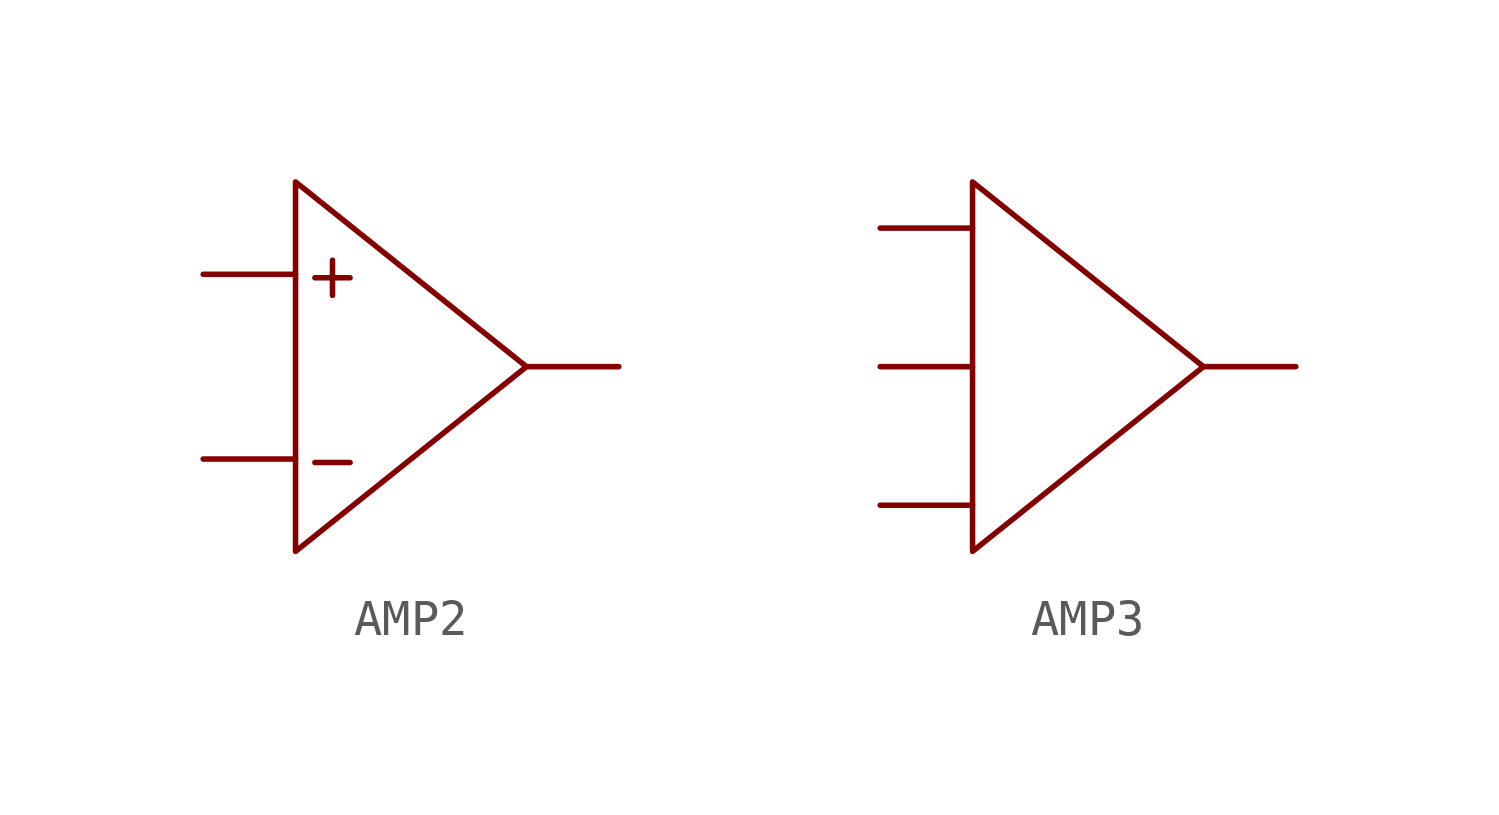
<source format=kicad_sym>
(kicad_symbol_lib
  (version 20241209)
  (generator "kicad_symbol_editor")
  (generator_version "9.0")
  (symbol "AMP2"
    (pin_numbers
      (hide yes))
    (pin_names
      (hide yes))
    (property "Reference" "U"
      (at 0 0 0)
      (effects (font (size 1.27 1.27)) (hide yes)))
    (symbol "AMP2_1_1"
      (polyline (pts (xy -2.54 5.08) (xy -2.54 -5.08) (xy 3.81 0) (xy -2.54 5.08)) (stroke (width 0) (type default)) (fill (type none)))
      (text "+" (at -1.524 2.54 0) (effects (font (size 1.27 1.27))))
      (text "-" (at -1.524 -2.54 0) (effects (font (size 1.27 1.27))))
      (pin input line (at -5.08 2.54 0) (length 2.54) (name "1" (effects (font (size 1.27 1.27)))) (number "1" (effects (font (size 1.27 1.27)))))
      (pin input line (at -5.08 -2.54 0) (length 2.54) (name "2" (effects (font (size 1.27 1.27)))) (number "2" (effects (font (size 1.27 1.27)))))
      (pin input line (at 6.35 0 180) (length 2.54) (name "4" (effects (font (size 1.27 1.27)))) (number "4" (effects (font (size 1.27 1.27)))))))
  (symbol "AMP3"
    (pin_numbers
      (hide yes))
    (pin_names
      (hide yes))
    (property "Reference" "U"
      (at 0 0 0)
      (effects (font (size 1.27 1.27)) (hide yes)))
    (property "ki_locked" ""
      (at 0 0 0)
      (effects (font (size 1.27 1.27))))
    (symbol "AMP3_1_1"
      (polyline (pts (xy -1.27 5.08) (xy -1.27 -5.08) (xy 5.08 0) (xy -1.27 5.08)) (stroke (width 0) (type default)) (fill (type none)))
      (pin input line (at -3.81 3.81 0) (length 2.54) (name "1" (effects (font (size 1.27 1.27)))) (number "1" (effects (font (size 1.27 1.27)))))
      (pin input line (at -3.81 0 0) (length 2.54) (name "2" (effects (font (size 1.27 1.27)))) (number "2" (effects (font (size 1.27 1.27)))))
      (pin input line (at -3.81 -3.81 0) (length 2.54) (name "3" (effects (font (size 1.27 1.27)))) (number "3" (effects (font (size 1.27 1.27)))))
      (pin input line (at 7.62 0 180) (length 2.54) (name "4" (effects (font (size 1.27 1.27)))) (number "4" (effects (font (size 1.27 1.27))))))))
</source>
